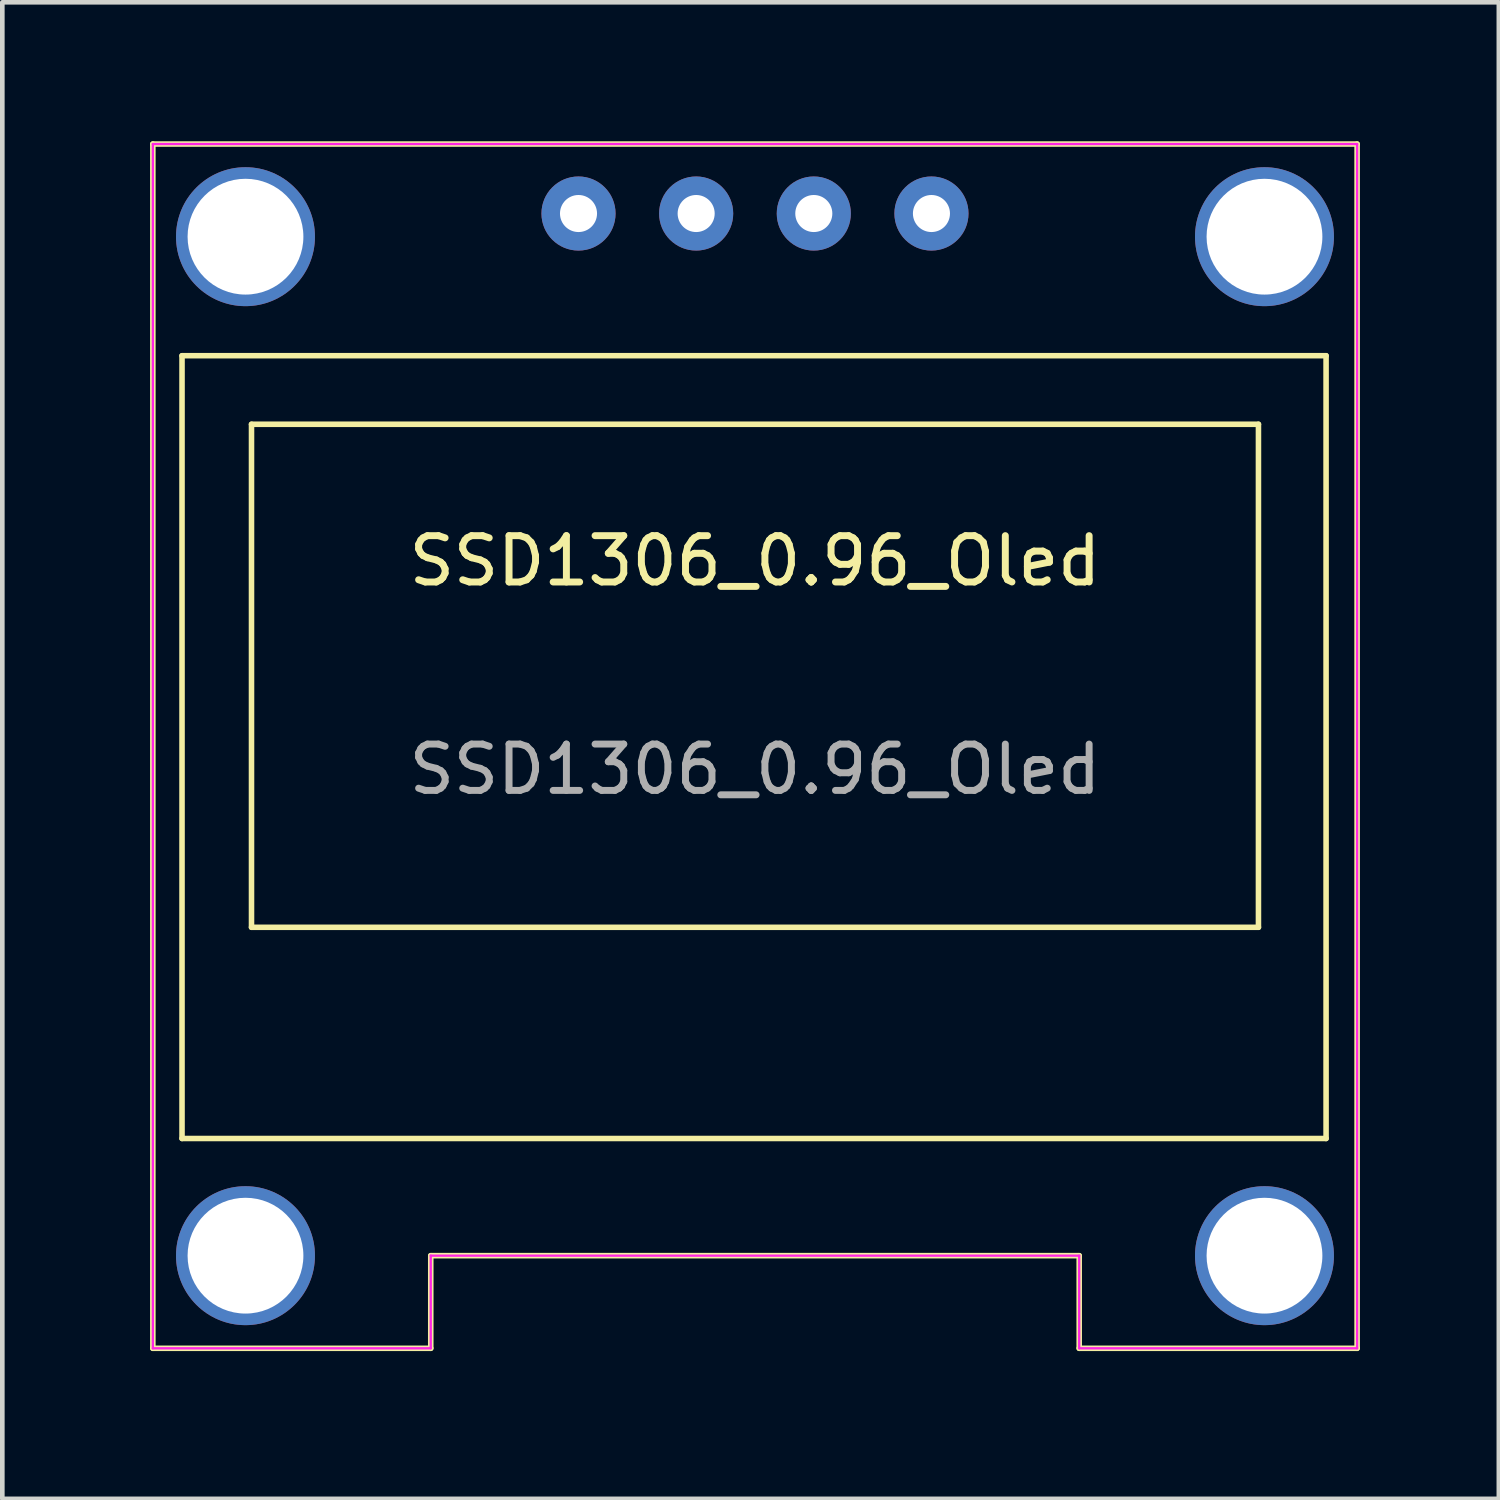
<source format=kicad_pcb>
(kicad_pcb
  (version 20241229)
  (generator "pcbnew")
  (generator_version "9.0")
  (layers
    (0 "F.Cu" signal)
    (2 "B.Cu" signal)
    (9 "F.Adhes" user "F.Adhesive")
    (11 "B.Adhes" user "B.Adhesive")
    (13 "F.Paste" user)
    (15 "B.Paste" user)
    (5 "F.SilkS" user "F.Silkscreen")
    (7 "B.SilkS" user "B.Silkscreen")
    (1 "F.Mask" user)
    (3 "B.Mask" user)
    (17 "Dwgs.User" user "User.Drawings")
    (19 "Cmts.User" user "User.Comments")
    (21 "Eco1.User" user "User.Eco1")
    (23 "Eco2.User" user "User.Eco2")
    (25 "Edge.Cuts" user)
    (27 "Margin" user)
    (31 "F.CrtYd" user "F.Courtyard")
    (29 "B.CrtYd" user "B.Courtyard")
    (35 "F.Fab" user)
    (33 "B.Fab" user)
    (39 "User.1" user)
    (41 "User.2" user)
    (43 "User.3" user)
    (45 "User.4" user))
  (footprint "SSD1306_0.96_Oled"
    (layer "F.Cu")
    (at 0.25 26.06)
    (property "Reference" "SSD1306_0.96_Oled" (at 13 -17 0) (unlocked yes) (layer "F.SilkS") (effects (font (size 1 1) (thickness 0.15))))
    (attr through_hole)
    (fp_line (start 0 -26) (end 0 0) (stroke (width 0.12) (type solid)) (layer "F.SilkS"))
    (fp_line (start 0 0) (end 6 0) (stroke (width 0.12) (type solid)) (layer "F.SilkS"))
    (fp_line (start 0.63 -21.43) (end 0.63 -4.53) (stroke (width 0.12) (type solid)) (layer "F.SilkS"))
    (fp_line (start 0.63 -4.53) (end 25.33 -4.53) (stroke (width 0.12) (type solid)) (layer "F.SilkS"))
    (fp_line (start 2.13 -19.95) (end 2.13 -9.09) (stroke (width 0.12) (type solid)) (layer "F.SilkS"))
    (fp_line (start 2.13 -9.09) (end 23.87 -9.09) (stroke (width 0.12) (type solid)) (layer "F.SilkS"))
    (fp_line (start 6 -2) (end 20 -2) (stroke (width 0.12) (type solid)) (layer "F.SilkS"))
    (fp_line (start 6 0) (end 6 -2) (stroke (width 0.12) (type solid)) (layer "F.SilkS"))
    (fp_line (start 20 -2) (end 20 0) (stroke (width 0.12) (type solid)) (layer "F.SilkS"))
    (fp_line (start 20 0) (end 26 0) (stroke (width 0.12) (type solid)) (layer "F.SilkS"))
    (fp_line (start 23.87 -19.95) (end 2.13 -19.95) (stroke (width 0.12) (type solid)) (layer "F.SilkS"))
    (fp_line (start 23.87 -9.09) (end 23.87 -19.95) (stroke (width 0.12) (type solid)) (layer "F.SilkS"))
    (fp_line (start 25.33 -21.43) (end 0.63 -21.43) (stroke (width 0.12) (type solid)) (layer "F.SilkS"))
    (fp_line (start 25.33 -4.53) (end 25.33 -21.43) (stroke (width 0.12) (type solid)) (layer "F.SilkS"))
    (fp_line (start 26 -26) (end 0 -26) (stroke (width 0.12) (type solid)) (layer "F.SilkS"))
    (fp_line (start 26 0) (end 26 -26) (stroke (width 0.12) (type solid)) (layer "F.SilkS"))
    (fp_line (start 0 -26) (end 0 0) (stroke (width 0.05) (type solid)) (layer "F.CrtYd"))
    (fp_line (start 0 0) (end 6 0) (stroke (width 0.05) (type solid)) (layer "F.CrtYd"))
    (fp_line (start 6 -2) (end 20 -2) (stroke (width 0.05) (type solid)) (layer "F.CrtYd"))
    (fp_line (start 6 0) (end 6 -2) (stroke (width 0.05) (type solid)) (layer "F.CrtYd"))
    (fp_line (start 20 -2) (end 20 0) (stroke (width 0.05) (type solid)) (layer "F.CrtYd"))
    (fp_line (start 20 0) (end 26 0) (stroke (width 0.05) (type solid)) (layer "F.CrtYd"))
    (fp_line (start 26 -26) (end 0 -26) (stroke (width 0.05) (type solid)) (layer "F.CrtYd"))
    (fp_line (start 26 0) (end 26 -26) (stroke (width 0.05) (type solid)) (layer "F.CrtYd"))
    (fp_text user "${REFERENCE}" (at 13 -12.5 0) (unlocked yes) (layer "F.Fab") (effects (font (size 1 1) (thickness 0.15))))
    (pad "" np_thru_hole circle (at 2 -24) (size 3 3) (drill 2.5) (layers "*.Cu" "*.Mask"))
    (pad "" np_thru_hole circle (at 2 -2) (size 3 3) (drill 2.5) (layers "*.Cu" "*.Mask"))
    (pad "" np_thru_hole circle (at 24 -24) (size 3 3) (drill 2.5) (layers "*.Cu" "*.Mask"))
    (pad "" np_thru_hole circle (at 24 -2) (size 3 3) (drill 2.5) (layers "*.Cu" "*.Mask"))
    (pad "1" thru_hole circle (at 9.19 -24.5) (size 1.6 1.6) (drill 0.8) (layers "*.Cu" "*.Mask"))
    (pad "2" thru_hole circle (at 11.73 -24.5) (size 1.6 1.6) (drill 0.8) (layers "*.Cu" "*.Mask"))
    (pad "3" thru_hole circle (at 14.27 -24.5) (size 1.6 1.6) (drill 0.8) (layers "*.Cu" "*.Mask"))
    (pad "4" thru_hole circle (at 16.81 -24.5) (size 1.6 1.6) (drill 0.8) (layers "*.Cu" "*.Mask")))
  (gr_rect
    (start -3 -3)
    (end 29.31 29.31)
    (stroke (width 0.1) (type default))
    (fill no)
    (layer "Edge.Cuts")))
</source>
